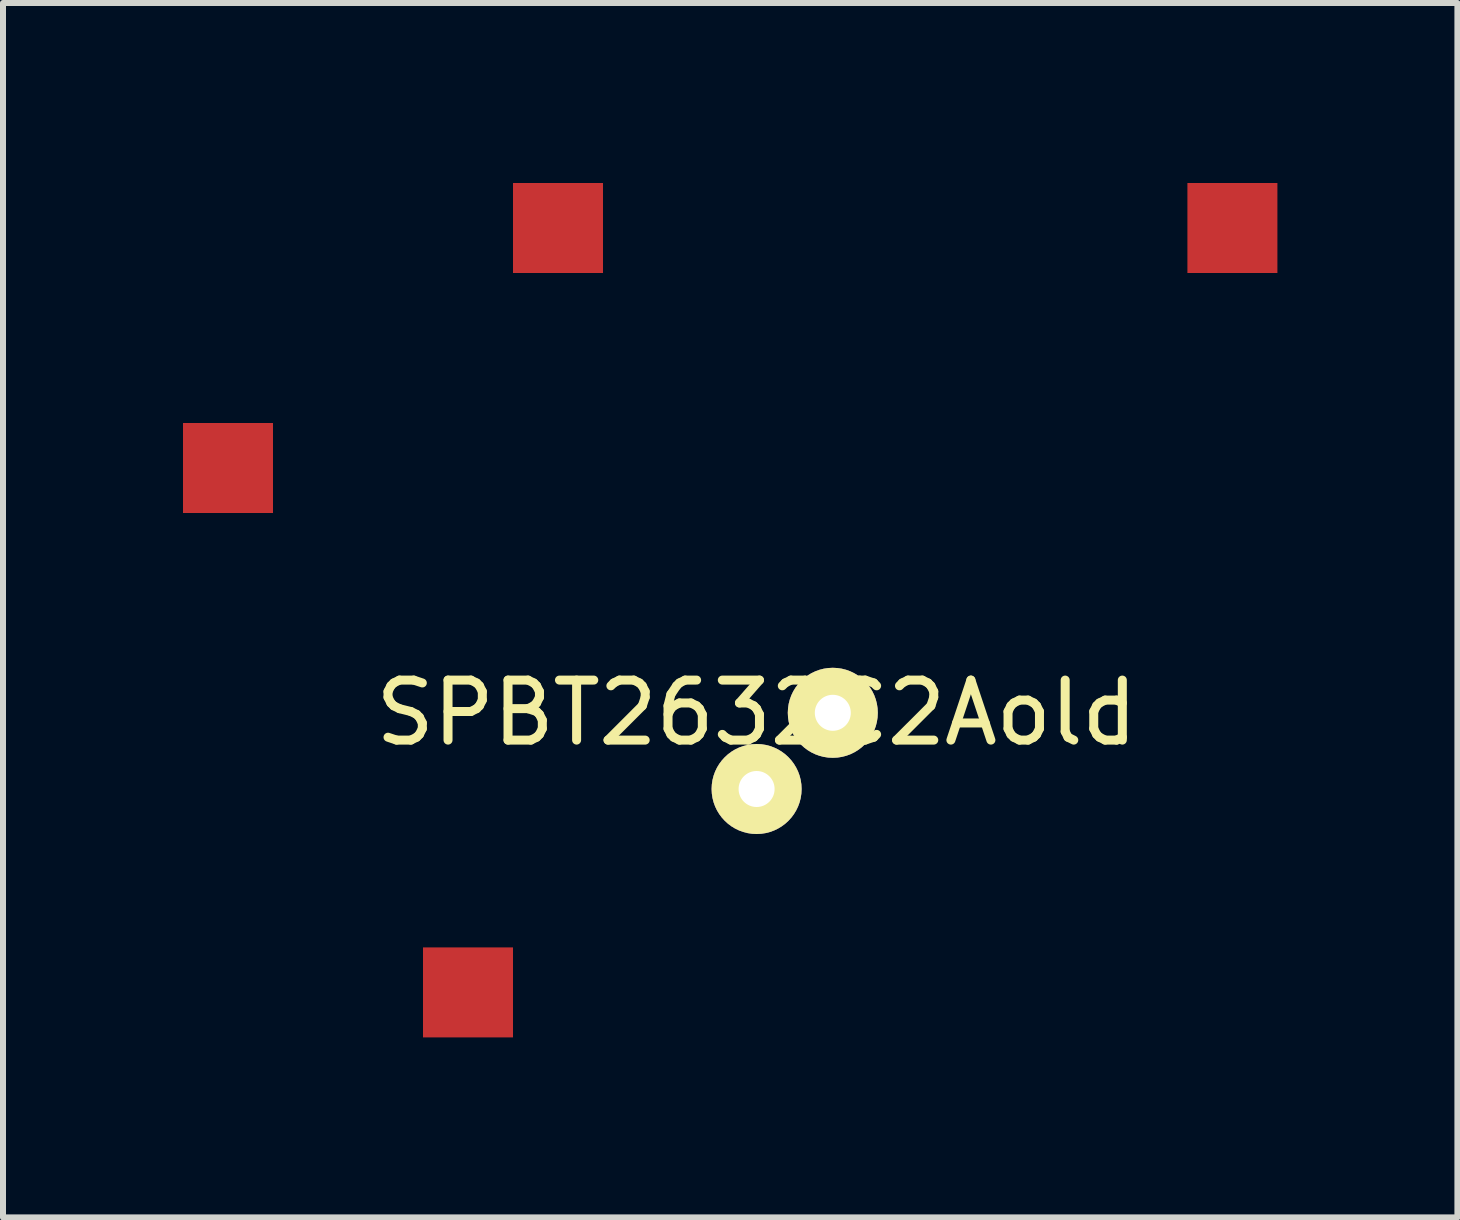
<source format=kicad_pcb>
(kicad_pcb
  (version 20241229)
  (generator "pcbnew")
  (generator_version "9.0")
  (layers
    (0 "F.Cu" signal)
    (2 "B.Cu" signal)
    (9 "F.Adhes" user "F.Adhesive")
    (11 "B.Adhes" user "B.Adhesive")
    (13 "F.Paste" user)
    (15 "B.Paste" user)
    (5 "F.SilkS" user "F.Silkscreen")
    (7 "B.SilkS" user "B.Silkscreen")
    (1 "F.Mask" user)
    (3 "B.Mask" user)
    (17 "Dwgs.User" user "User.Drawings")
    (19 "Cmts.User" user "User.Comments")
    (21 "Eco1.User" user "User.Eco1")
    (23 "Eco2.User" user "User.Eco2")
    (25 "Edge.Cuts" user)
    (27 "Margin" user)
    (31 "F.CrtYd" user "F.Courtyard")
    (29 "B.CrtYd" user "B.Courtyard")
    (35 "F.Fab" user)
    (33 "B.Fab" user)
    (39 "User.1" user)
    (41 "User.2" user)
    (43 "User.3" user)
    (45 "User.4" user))
  (footprint "SPBT2632C2Aold"
    (layer "F.Cu")
    (at 4.75 0.75)
    (property "Reference" "SPBT2632C2Aold" (at 4.81 8.08 0) (layer "F.SilkS") (effects (font (size 1 1) (thickness 0.15))))
    (attr through_hole)
    (pad "1" thru_hole circle (at 6.08 8.08) (size 1.5 1.5) (drill 0.6) (layers "*.Cu" "*.Mask" "F.SilkS"))
    (pad "2" thru_hole circle (at 4.81 9.35) (size 1.5 1.5) (drill 0.6) (layers "*.Cu" "*.Mask" "F.SilkS"))
    (pad "3" smd rect (at 12.74 0) (size 1.5 1.5) (layers "F.Cu" "F.Mask" "F.Paste"))
    (pad "4" smd rect (at 0 12.74) (size 1.5 1.5) (layers "F.Cu" "F.Mask" "F.Paste"))
    (pad "5" smd rect (at -4 4) (size 1.5 1.5) (layers "F.Cu" "F.Mask" "F.Paste"))
    (pad "5" smd rect (at 1.5 0) (size 1.5 1.5) (layers "F.Cu" "F.Mask" "F.Paste")))
  (gr_rect
    (start -3 -3)
    (end 21.24 17.24)
    (stroke (width 0.1) (type default))
    (fill no)
    (layer "Edge.Cuts")))
</source>
